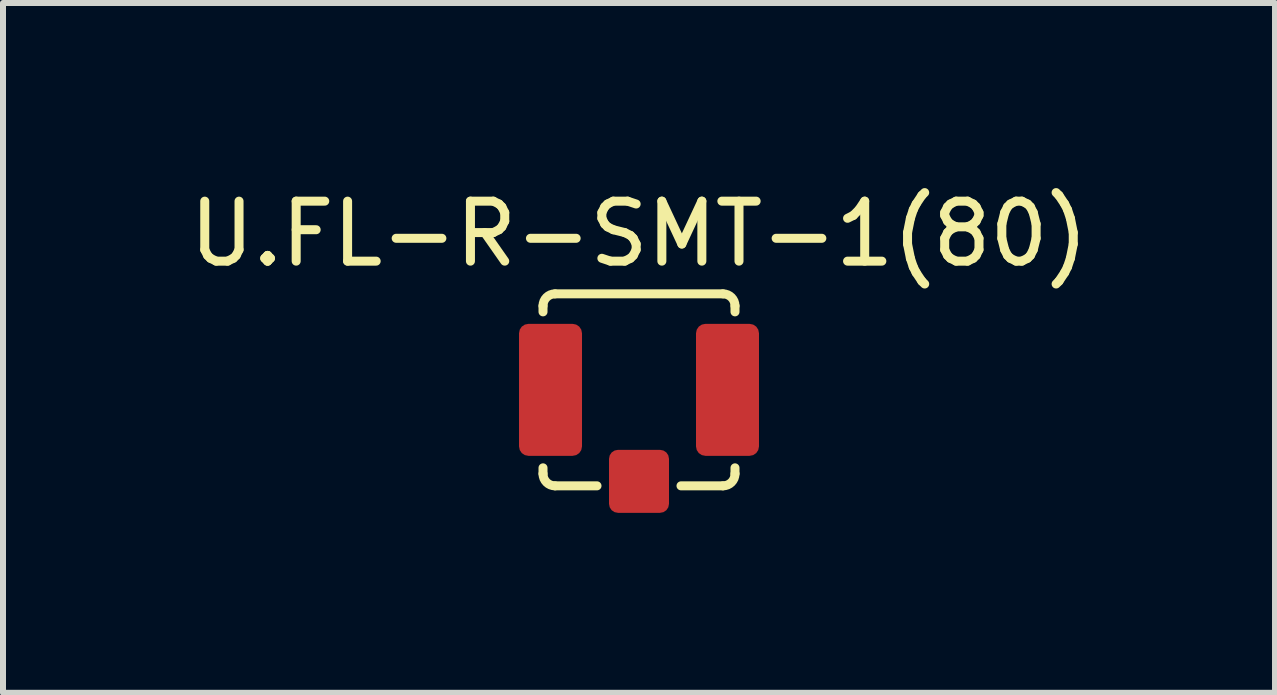
<source format=kicad_pcb>
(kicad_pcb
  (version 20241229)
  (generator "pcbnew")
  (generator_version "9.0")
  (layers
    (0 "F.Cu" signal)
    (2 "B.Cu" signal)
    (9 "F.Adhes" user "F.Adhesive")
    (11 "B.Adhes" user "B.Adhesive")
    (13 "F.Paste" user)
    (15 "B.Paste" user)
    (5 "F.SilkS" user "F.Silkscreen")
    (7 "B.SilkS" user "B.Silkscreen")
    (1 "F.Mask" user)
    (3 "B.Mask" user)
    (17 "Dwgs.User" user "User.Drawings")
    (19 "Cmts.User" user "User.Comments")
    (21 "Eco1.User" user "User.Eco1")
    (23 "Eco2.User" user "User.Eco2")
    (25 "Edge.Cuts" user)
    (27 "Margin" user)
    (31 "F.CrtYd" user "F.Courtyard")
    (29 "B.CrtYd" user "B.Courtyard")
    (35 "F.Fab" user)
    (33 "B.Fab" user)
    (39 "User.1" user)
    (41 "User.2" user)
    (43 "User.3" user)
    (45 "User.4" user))
  (footprint "U.FL-R-SMT-1(80)"
    (layer "F.Cu")
    (at 7.601 3.448)
    (property "Reference" "U.FL-R-SMT-1(80)" (at 0 -2.6 0) (layer "F.SilkS") (effects (font (size 1 1) (thickness 0.15))))
    (attr through_hole)
    (fp_line (start -1.6 -1.4) (end -1.6 -1.3) (stroke (width 0.15) (type solid)) (layer "F.SilkS"))
    (fp_line (start -1.6 1.3) (end -1.6 1.4) (stroke (width 0.15) (type solid)) (layer "F.SilkS"))
    (fp_line (start -1.4 -1.6) (end 1.4 -1.6) (stroke (width 0.15) (type solid)) (layer "F.SilkS"))
    (fp_line (start -0.7 1.6) (end -1.4 1.6) (stroke (width 0.15) (type solid)) (layer "F.SilkS"))
    (fp_line (start 1.4 1.6) (end 0.7 1.6) (stroke (width 0.15) (type solid)) (layer "F.SilkS"))
    (fp_line (start 1.6 -1.3) (end 1.6 -1.4) (stroke (width 0.15) (type solid)) (layer "F.SilkS"))
    (fp_line (start 1.6 1.3) (end 1.6 1.4) (stroke (width 0.15) (type solid)) (layer "F.SilkS"))
    (fp_arc (start -1.6 -1.4) (mid -1.541421 -1.541421) (end -1.4 -1.6) (stroke (width 0.15) (type solid)) (layer "F.SilkS"))
    (fp_arc (start -1.4 1.6) (mid -1.541421 1.541421) (end -1.6 1.4) (stroke (width 0.15) (type solid)) (layer "F.SilkS"))
    (fp_arc (start 1.4 -1.6) (mid 1.541421 -1.541421) (end 1.6 -1.4) (stroke (width 0.15) (type solid)) (layer "F.SilkS"))
    (fp_arc (start 1.6 1.4) (mid 1.541421 1.541421) (end 1.4 1.6) (stroke (width 0.15) (type solid)) (layer "F.SilkS"))
    (pad "1" smd roundrect (at 0 1.525) (size 1 1.05) (layers "F.Cu" "F.Mask" "F.Paste") (roundrect_rratio 0.15))
    (pad "2" smd roundrect (at -1.475 0) (size 1.05 2.2) (layers "F.Cu" "F.Mask" "F.Paste") (roundrect_rratio 0.15))
    (pad "2" smd roundrect (at 1.475 0) (size 1.05 2.2) (layers "F.Cu" "F.Mask" "F.Paste") (roundrect_rratio 0.15)))
  (gr_rect
    (start -3 -3)
    (end 18.202 8.498)
    (stroke (width 0.1) (type default))
    (fill no)
    (layer "Edge.Cuts")))
</source>
